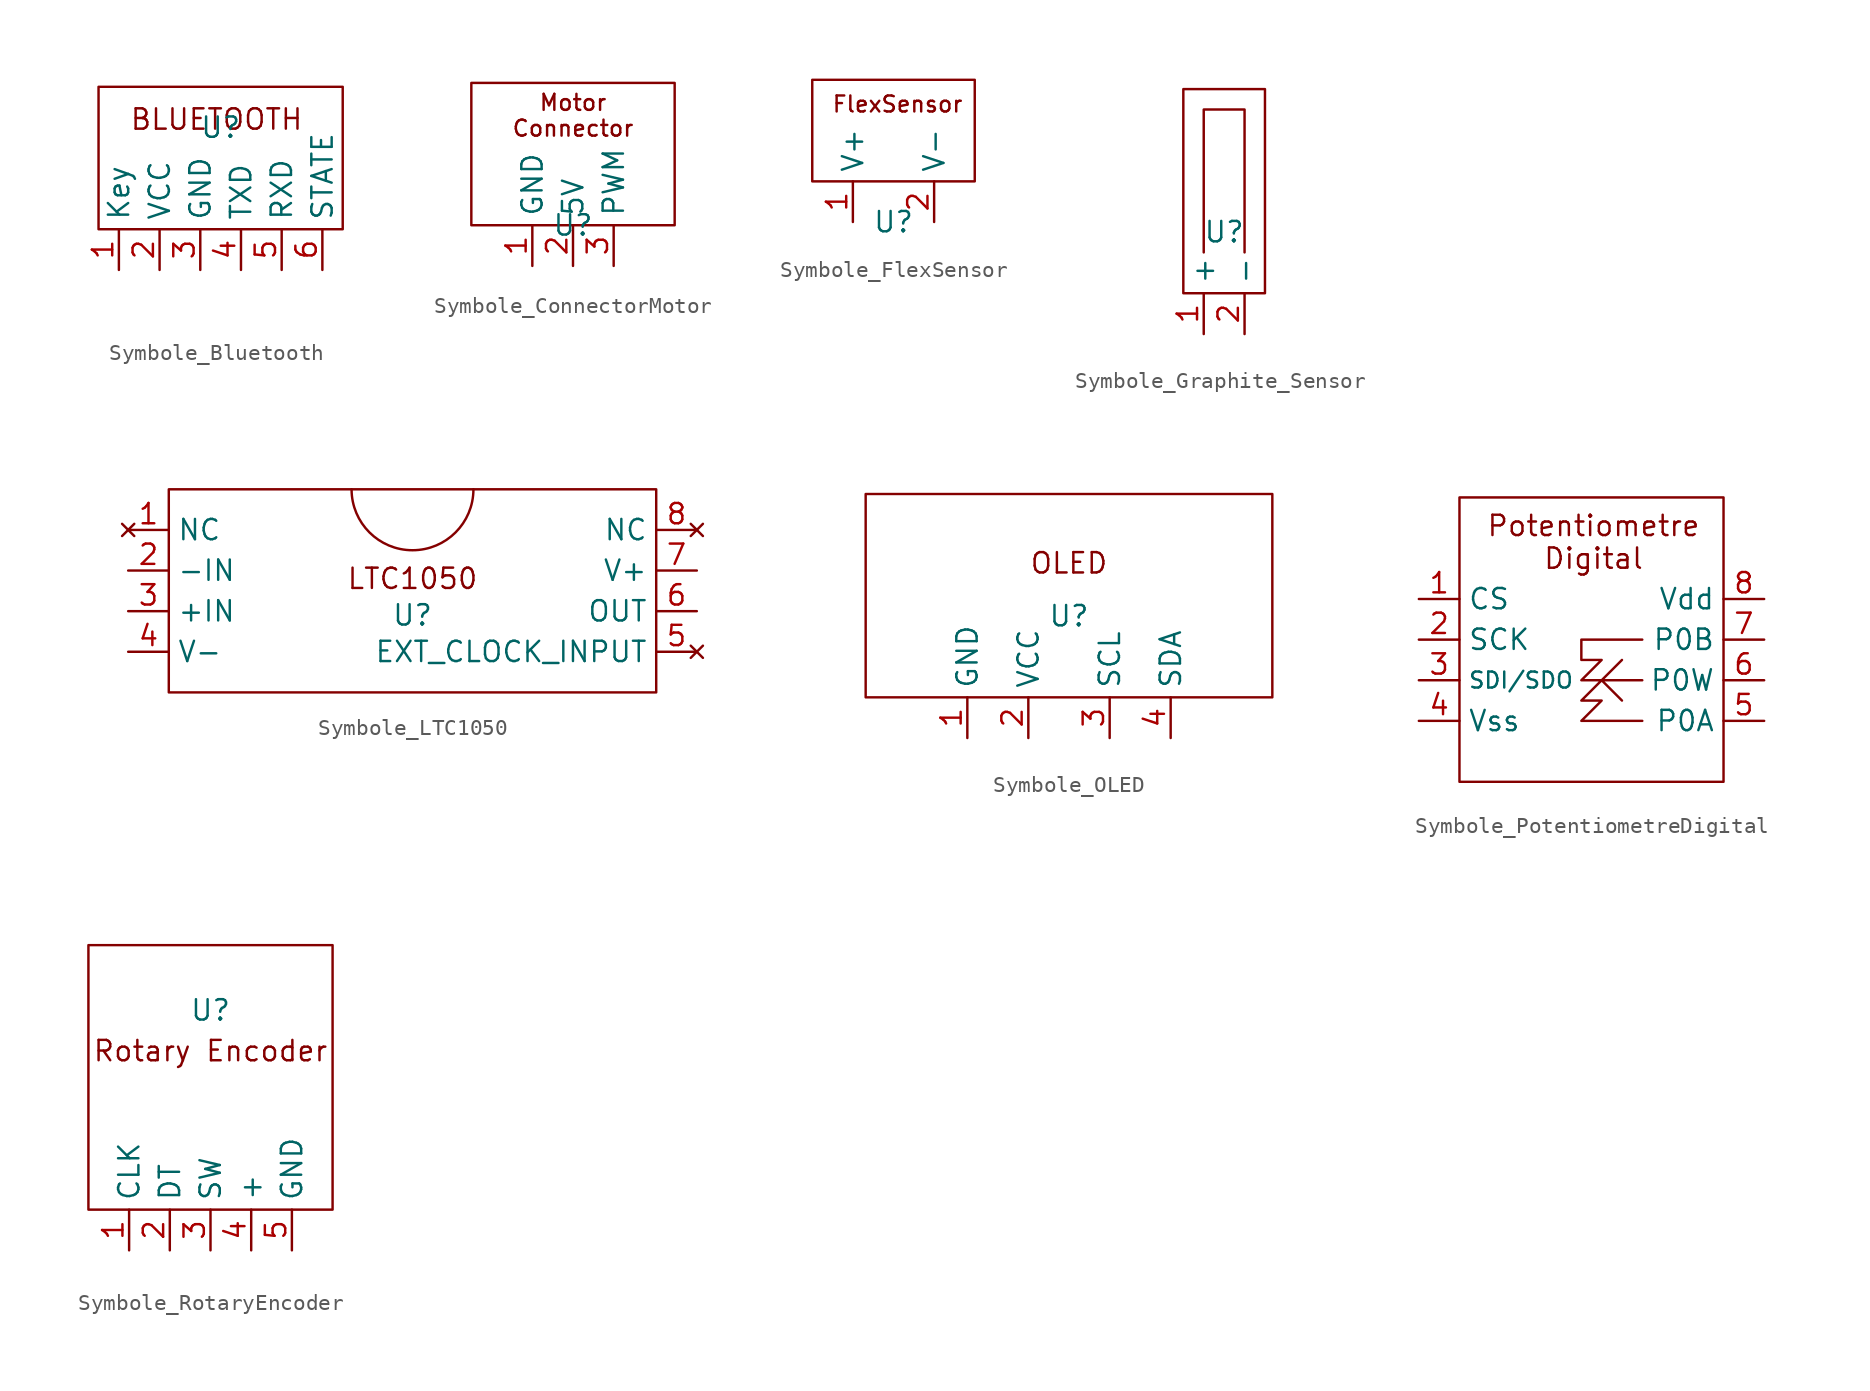
<source format=kicad_sym>
(kicad_symbol_lib
  (version 20241209)
  (generator "kicad_symbol_editor")
  (generator_version "9.0")
  (symbol "Symbole_Bluetooth"
    (property "Reference" "U"
      (at 0 11.43 0)
      (effects (font (size 1.27 1.27))))
    (property "Value" ""
      (at 0 0 0)
      (effects (font (size 1.27 1.27))))
    (symbol "Symbole_Bluetooth_0_1"
      (rectangle (start -7.62 13.97) (end 7.62 5.08) (stroke (width 0) (type default)) (fill (type none))))
    (symbol "Symbole_Bluetooth_1_1"
      (text "BLUETOOTH\n" (at -0.254 11.938 0) (effects (font (size 1.27 1.27))))
      (pin input line (at -6.35 2.54 90) (length 2.54) (name "Key" (effects (font (size 1.27 1.27)))) (number "1" (effects (font (size 1.27 1.27)))))
      (pin input line (at -3.81 2.54 90) (length 2.54) (name "VCC" (effects (font (size 1.27 1.27)))) (number "2" (effects (font (size 1.27 1.27)))))
      (pin input line (at -1.27 2.54 90) (length 2.54) (name "GND" (effects (font (size 1.27 1.27)))) (number "3" (effects (font (size 1.27 1.27)))))
      (pin output line (at 1.27 2.54 90) (length 2.54) (name "TXD" (effects (font (size 1.27 1.27)))) (number "4" (effects (font (size 1.27 1.27)))))
      (pin input line (at 3.81 2.54 90) (length 2.54) (name "RXD" (effects (font (size 1.27 1.27)))) (number "5" (effects (font (size 1.27 1.27)))))
      (pin output line (at 6.35 2.54 90) (length 2.54) (name "STATE" (effects (font (size 1.27 1.27)))) (number "6" (effects (font (size 1.27 1.27)))))))
  (symbol "Symbole_ConnectorMotor"
    (property "Reference" "U"
      (at 0 0 0)
      (effects (font (size 1.27 1.27))))
    (property "Value" ""
      (at 0 0 0)
      (effects (font (size 1.27 1.27))))
    (symbol "Symbole_ConnectorMotor_0_1"
      (rectangle (start -6.35 8.89) (end 6.35 0) (stroke (width 0) (type default)) (fill (type none))))
    (symbol "Symbole_ConnectorMotor_1_1"
      (text "Motor\nConnector" (at 0 6.858 0) (effects (font (size 1 1))))
      (pin input line (at -2.54 -2.54 90) (length 2.54) (name "GND" (effects (font (size 1.27 1.27)))) (number "1" (effects (font (size 1.27 1.27)))))
      (pin input line (at 0 -2.54 90) (length 2.54) (name "5V" (effects (font (size 1.27 1.27)))) (number "2" (effects (font (size 1.27 1.27)))))
      (pin input line (at 2.54 -2.54 90) (length 2.54) (name "PWM" (effects (font (size 1.27 1.27)))) (number "3" (effects (font (size 1.27 1.27)))))))
  (symbol "Symbole_FlexSensor"
    (property "Reference" "U"
      (at 0 0 0)
      (effects (font (size 1.27 1.27))))
    (property "Value" ""
      (at 0 0 0)
      (effects (font (size 1.27 1.27))))
    (symbol "Symbole_FlexSensor_0_1"
      (rectangle (start -5.08 8.89) (end 5.08 2.54) (stroke (width 0) (type default)) (fill (type none))))
    (symbol "Symbole_FlexSensor_1_1"
      (text "FlexSensor" (at 0.254 7.366 0) (effects (font (size 1 1))))
      (pin input line (at -2.54 0 90) (length 2.54) (name "V+" (effects (font (size 1.27 1.27)))) (number "1" (effects (font (size 1.27 1.27)))))
      (pin output line (at 2.54 0 90) (length 2.54) (name "V-" (effects (font (size 1.27 1.27)))) (number "2" (effects (font (size 1.27 1.27)))))))
  (symbol "Symbole_Graphite_Sensor"
    (property "Reference" "U"
      (at 0 3.81 0)
      (effects (font (size 1.27 1.27))))
    (property "Value" ""
      (at 0 0 0)
      (effects (font (size 1.27 1.27))))
    (symbol "Symbole_Graphite_Sensor_0_1"
      (rectangle (start -2.54 12.7) (end 2.54 0) (stroke (width 0) (type default)) (fill (type none)))
      (polyline (pts (xy -1.27 2.54) (xy -1.27 11.43) (xy 1.27 11.43) (xy 1.27 2.54)) (stroke (width 0) (type default)) (fill (type none))))
    (symbol "Symbole_Graphite_Sensor_1_1"
      (pin input line (at -1.27 -2.54 90) (length 2.54) (name "+" (effects (font (size 1.27 1.27)))) (number "1" (effects (font (size 1.27 1.27)))))
      (pin input line (at 1.27 -2.54 90) (length 2.54) (name "-" (effects (font (size 1.27 1.27)))) (number "2" (effects (font (size 1.27 1.27)))))))
  (symbol "Symbole_LTC1050"
    (property "Reference" "U"
      (at 0 -2.794 0)
      (effects (font (size 1.27 1.27))))
    (property "Value" ""
      (at 0 0 0)
      (effects (font (size 1.27 1.27))))
    (symbol "Symbole_LTC1050_0_1"
      (rectangle (start -15.24 5.08) (end 15.24 -7.62) (stroke (width 0) (type default)) (fill (type none)))
      (arc (start 3.81 5.08) (mid 0 1.27) (end -3.81 5.08) (stroke (width 0) (type default)) (fill (type none))))
    (symbol "Symbole_LTC1050_1_1"
      (text "LTC1050" (at 0 -0.508 0) (effects (font (size 1.27 1.27))))
      (pin no_connect line (at -17.78 2.54 0) (length 2.54) (name "NC" (effects (font (size 1.27 1.27)))) (number "1" (effects (font (size 1.27 1.27)))))
      (pin input line (at -17.78 0 0) (length 2.54) (name "-IN" (effects (font (size 1.27 1.27)))) (number "2" (effects (font (size 1.27 1.27)))))
      (pin input line (at -17.78 -2.54 0) (length 2.54) (name "+IN" (effects (font (size 1.27 1.27)))) (number "3" (effects (font (size 1.27 1.27)))))
      (pin input line (at -17.78 -5.08 0) (length 2.54) (name "V-" (effects (font (size 1.27 1.27)))) (number "4" (effects (font (size 1.27 1.27)))))
      (pin no_connect line (at 17.78 2.54 180) (length 2.54) (name "NC" (effects (font (size 1.27 1.27)))) (number "8" (effects (font (size 1.27 1.27)))))
      (pin input line (at 17.78 0 180) (length 2.54) (name "V+" (effects (font (size 1.27 1.27)))) (number "7" (effects (font (size 1.27 1.27)))))
      (pin output line (at 17.78 -2.54 180) (length 2.54) (name "OUT" (effects (font (size 1.27 1.27)))) (number "6" (effects (font (size 1.27 1.27)))))
      (pin no_connect line (at 17.78 -5.08 180) (length 2.54) (name "EXT_CLOCK_INPUT" (effects (font (size 1.27 1.27)))) (number "5" (effects (font (size 1.27 1.27)))))))
  (symbol "Symbole_OLED"
    (property "Reference" "U"
      (at 0 5.08 0)
      (effects (font (size 1.27 1.27))))
    (property "Value" ""
      (at 0 0 0)
      (effects (font (size 1.27 1.27))))
    (symbol "Symbole_OLED_0_1"
      (rectangle (start -12.7 12.7) (end 12.7 0) (stroke (width 0) (type default)) (fill (type none))))
    (symbol "Symbole_OLED_1_1"
      (text "OLED" (at 0 8.382 0) (effects (font (size 1.27 1.27))))
      (pin input line (at -6.35 -2.54 90) (length 2.54) (name "GND" (effects (font (size 1.27 1.27)))) (number "1" (effects (font (size 1.27 1.27)))))
      (pin input line (at -2.54 -2.54 90) (length 2.54) (name "VCC" (effects (font (size 1.27 1.27)))) (number "2" (effects (font (size 1.27 1.27)))))
      (pin input line (at 2.54 -2.54 90) (length 2.54) (name "SCL" (effects (font (size 1.27 1.27)))) (number "3" (effects (font (size 1.27 1.27)))))
      (pin input line (at 6.35 -2.54 90) (length 2.54) (name "SDA" (effects (font (size 1.27 1.27)))) (number "4" (effects (font (size 1.27 1.27)))))))
  (symbol "Symbole_PotentiometreDigital"
    (property "Reference" "U"
      (at -1.27 -1.27 0)
      (effects (font (size 1.27 1.27)) (hide yes)))
    (property "Value" ""
      (at 0 0 0)
      (effects (font (size 1.27 1.27))))
    (symbol "Symbole_PotentiometreDigital_0_1"
      (rectangle (start -8.89 10.16) (end 7.62 -7.62) (stroke (width 0) (type default)) (fill (type none)))
      (polyline (pts (xy 2.54 1.27) (xy 0 1.27) (xy -1.27 1.27) (xy -1.27 0) (xy 0 0) (xy -1.27 -1.27) (xy 0 -1.27) (xy -1.27 -2.54) (xy 0 -2.54) (xy -1.27 -3.81) (xy 2.54 -3.81)) (stroke (width 0) (type default)) (fill (type none)))
      (polyline (pts (xy 2.54 -1.27) (xy 0 -1.27) (xy 1.27 0) (xy 0 -1.27) (xy 1.27 -2.54)) (stroke (width 0) (type default)) (fill (type none))))
    (symbol "Symbole_PotentiometreDigital_1_1"
      (text "Potentiometre\nDigital" (at -0.508 7.366 0) (effects (font (size 1.27 1.27))))
      (pin bidirectional line (at -11.43 3.81 0) (length 2.54) (name "CS" (effects (font (size 1.27 1.27)))) (number "1" (effects (font (size 1.27 1.27)))))
      (pin bidirectional line (at -11.43 1.27 0) (length 2.54) (name "SCK" (effects (font (size 1.27 1.27)))) (number "2" (effects (font (size 1.27 1.27)))))
      (pin bidirectional line (at -11.43 -1.27 0) (length 2.54) (name "SDI/SDO" (effects (font (size 1 1)))) (number "3" (effects (font (size 1.27 1.27)))))
      (pin bidirectional line (at -11.43 -3.81 0) (length 2.54) (name "Vss" (effects (font (size 1.27 1.27)))) (number "4" (effects (font (size 1.27 1.27)))))
      (pin bidirectional line (at 10.16 3.81 180) (length 2.54) (name "Vdd" (effects (font (size 1.27 1.27)))) (number "8" (effects (font (size 1.27 1.27)))))
      (pin bidirectional line (at 10.16 1.27 180) (length 2.54) (name "P0B" (effects (font (size 1.27 1.27)))) (number "7" (effects (font (size 1.27 1.27)))))
      (pin bidirectional line (at 10.16 -1.27 180) (length 2.54) (name "P0W" (effects (font (size 1.27 1.27)))) (number "6" (effects (font (size 1.27 1.27)))))
      (pin bidirectional line (at 10.16 -3.81 180) (length 2.54) (name "P0A" (effects (font (size 1.27 1.27)))) (number "5" (effects (font (size 1.27 1.27)))))))
  (symbol "Symbole_RotaryEncoder"
    (property "Reference" "U"
      (at 0 12.446 0)
      (effects (font (size 1.27 1.27))))
    (property "Value" ""
      (at 0 0 0)
      (effects (font (size 1.27 1.27))))
    (symbol "Symbole_RotaryEncoder_0_1"
      (rectangle (start -7.62 16.51) (end 7.62 0) (stroke (width 0) (type default)) (fill (type none))))
    (symbol "Symbole_RotaryEncoder_1_1"
      (text "Rotary Encoder" (at 0 9.906 0) (effects (font (size 1.27 1.27))))
      (pin input line (at -5.08 -2.54 90) (length 2.54) (name "CLK" (effects (font (size 1.27 1.27)))) (number "1" (effects (font (size 1.27 1.27)))))
      (pin input line (at -2.54 -2.54 90) (length 2.54) (name "DT" (effects (font (size 1.27 1.27)))) (number "2" (effects (font (size 1.27 1.27)))))
      (pin input line (at 0 -2.54 90) (length 2.54) (name "SW" (effects (font (size 1.27 1.27)))) (number "3" (effects (font (size 1.27 1.27)))))
      (pin input line (at 2.54 -2.54 90) (length 2.54) (name "+" (effects (font (size 1.27 1.27)))) (number "4" (effects (font (size 1.27 1.27)))))
      (pin input line (at 5.08 -2.54 90) (length 2.54) (name "GND" (effects (font (size 1.27 1.27)))) (number "5" (effects (font (size 1.27 1.27))))))))
</source>
